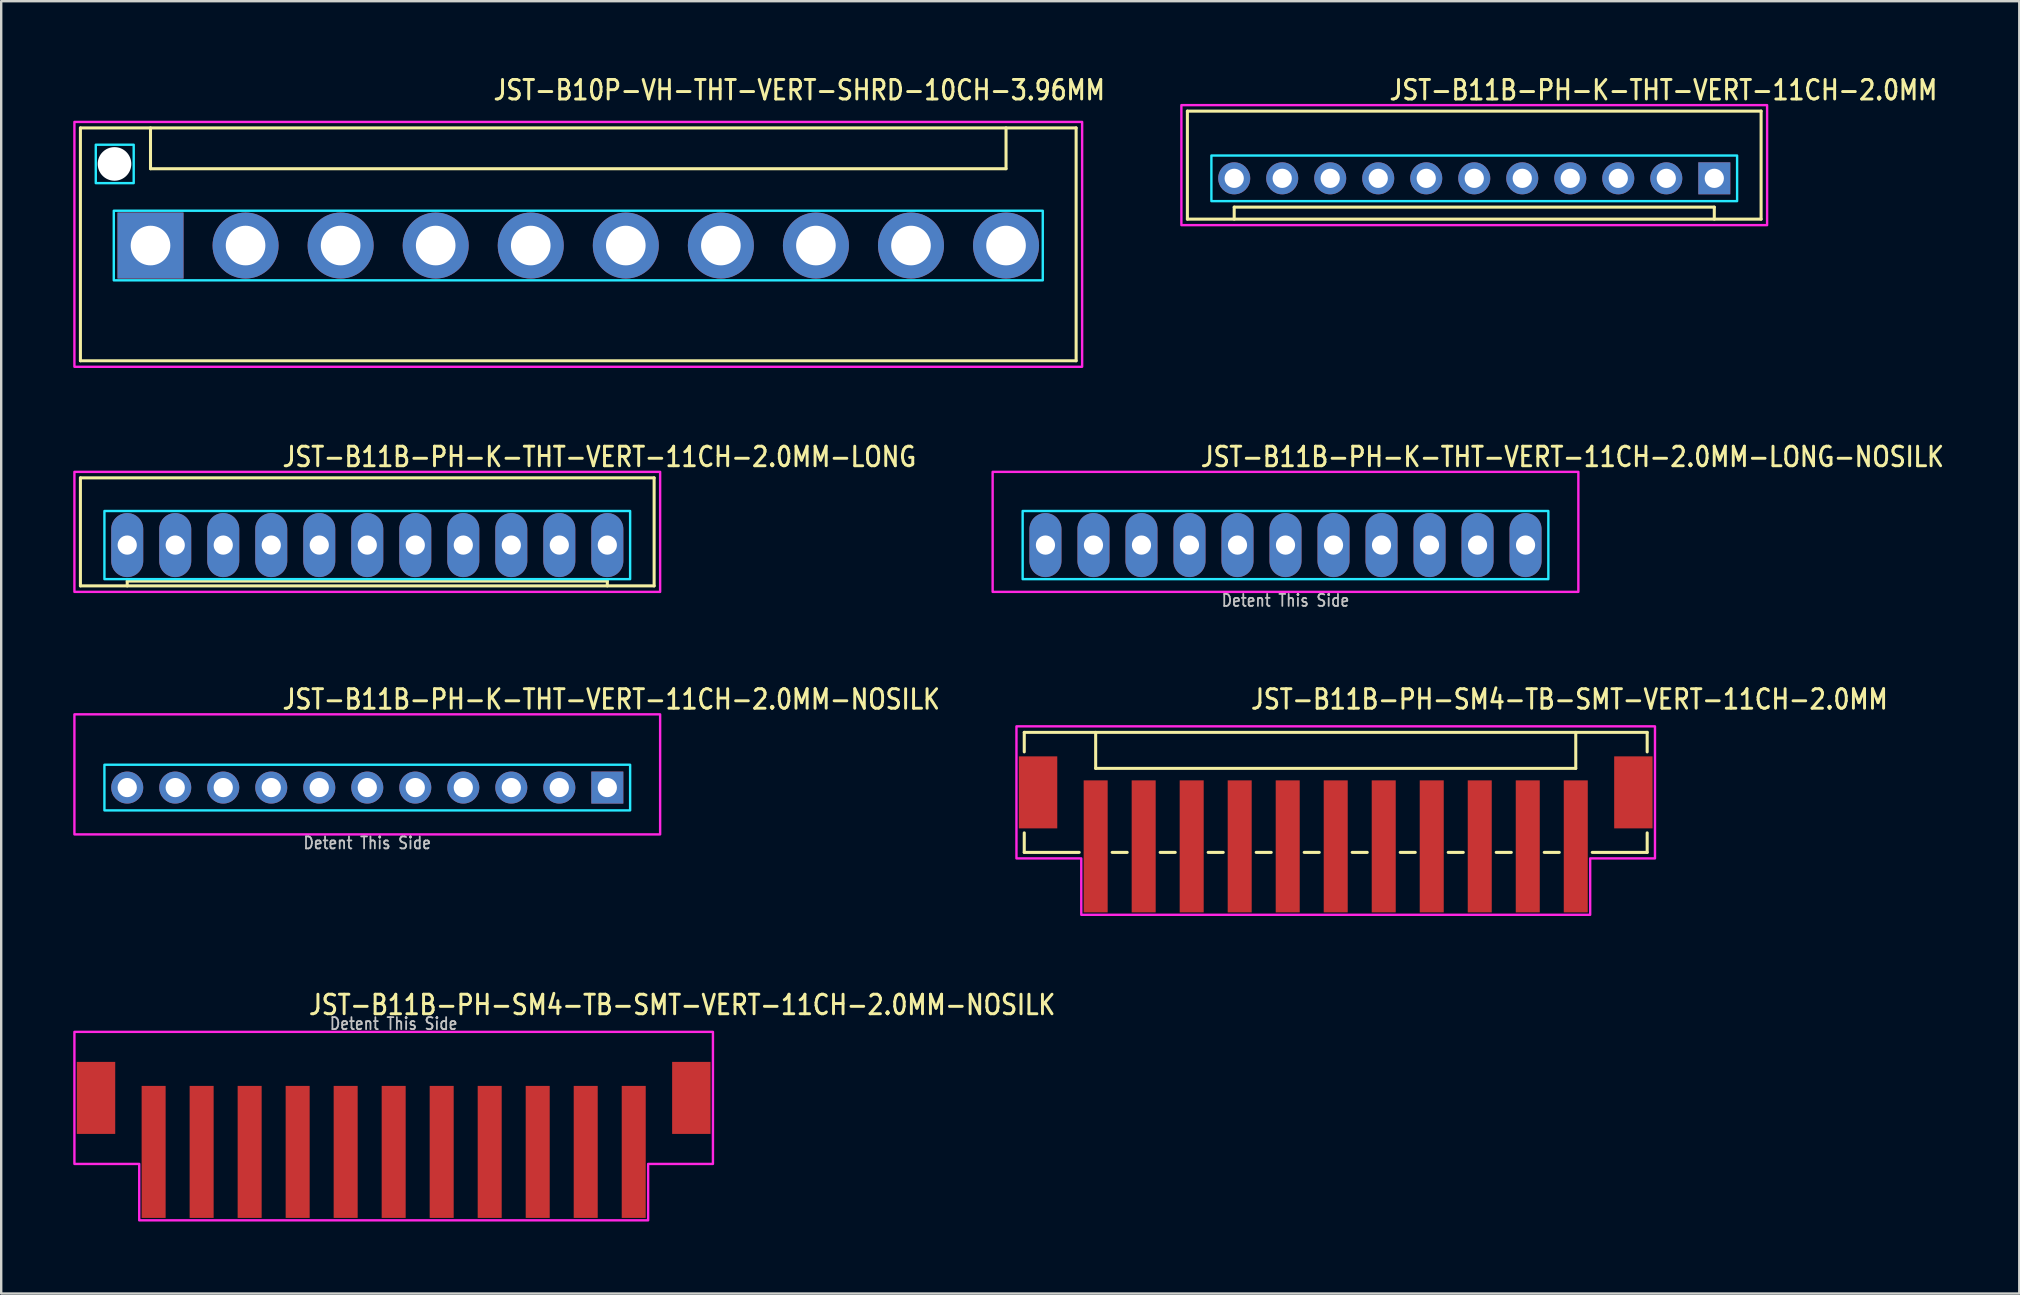
<source format=kicad_pcb>
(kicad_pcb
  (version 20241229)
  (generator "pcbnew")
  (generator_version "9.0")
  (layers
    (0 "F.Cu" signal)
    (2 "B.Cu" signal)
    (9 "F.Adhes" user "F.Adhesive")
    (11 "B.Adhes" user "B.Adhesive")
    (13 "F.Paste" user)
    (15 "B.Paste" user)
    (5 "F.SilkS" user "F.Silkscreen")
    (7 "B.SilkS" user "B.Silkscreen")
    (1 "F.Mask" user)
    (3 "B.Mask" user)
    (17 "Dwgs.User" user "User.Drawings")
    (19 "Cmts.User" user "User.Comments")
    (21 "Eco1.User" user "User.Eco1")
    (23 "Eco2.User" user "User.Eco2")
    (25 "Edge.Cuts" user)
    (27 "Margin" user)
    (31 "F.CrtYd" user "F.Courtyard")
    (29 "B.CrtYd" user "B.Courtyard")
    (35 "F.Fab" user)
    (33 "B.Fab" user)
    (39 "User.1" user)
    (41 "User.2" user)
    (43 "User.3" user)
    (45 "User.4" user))
  (footprint "JST-B10P-VH-THT-VERT-SHRD-10CH-3.96MM"
    (layer "F.Cu")
    (at 21.04 7.179)
    (property "Reference" "JST-B10P-VH-THT-VERT-SHRD-10CH-3.96MM" (at -3.6 -6 0) (unlocked yes) (layer "F.SilkS") (effects (font (size 0.813 0.695) (thickness 0.122)) (justify left bottom)))
    (fp_line (start -20.74 -4.9) (end 20.74 -4.9) (stroke (width 0.127) (type solid)) (layer "F.SilkS"))
    (fp_line (start -20.74 4.8) (end -20.74 -4.9) (stroke (width 0.127) (type solid)) (layer "F.SilkS"))
    (fp_line (start -20.74 4.8) (end 20.74 4.8) (stroke (width 0.127) (type solid)) (layer "F.SilkS"))
    (fp_line (start -17.82 -4.9) (end -17.82 -3.2) (stroke (width 0.127) (type solid)) (layer "F.SilkS"))
    (fp_line (start -17.82 -3.2) (end 17.82 -3.2) (stroke (width 0.127) (type solid)) (layer "F.SilkS"))
    (fp_line (start 17.82 -4.9) (end 17.82 -3.2) (stroke (width 0.127) (type solid)) (layer "F.SilkS"))
    (fp_line (start 20.74 -4.9) (end 20.74 4.8) (stroke (width 0.127) (type solid)) (layer "F.SilkS"))
    (fp_poly (pts (xy -19.35 -1.45) (xy -19.35 1.45) (xy 19.35 1.45) (xy 19.35 -1.45)) (stroke (width 0.1) (type solid)) (fill no) (layer "B.CrtYd"))
    (fp_poly (pts (xy -18.52 -4.2) (xy -18.52 -2.6) (xy -20.1 -2.6) (xy -20.1 -4.2)) (stroke (width 0.1) (type solid)) (fill no) (layer "B.CrtYd"))
    (fp_poly (pts (xy -20.99 -5.15) (xy -20.99 5.05) (xy 20.99 5.05) (xy 20.99 -5.15)) (stroke (width 0.1) (type solid)) (fill no) (layer "F.CrtYd"))
    (pad "" np_thru_hole circle (at -19.32 -3.4) (size 1.4 1.4) (drill 1.4) (layers "*.Cu" "*.Mask"))
    (pad "1" thru_hole rect (at -17.82 0) (size 2.75 2.75) (drill 1.65) (layers "*.Cu" "*.Mask"))
    (pad "2" thru_hole oval (at -13.86 0) (size 2.75 2.75) (drill 1.65) (layers "*.Cu" "*.Mask"))
    (pad "3" thru_hole oval (at -9.9 0) (size 2.75 2.75) (drill 1.65) (layers "*.Cu" "*.Mask"))
    (pad "4" thru_hole oval (at -5.94 0) (size 2.75 2.75) (drill 1.65) (layers "*.Cu" "*.Mask"))
    (pad "5" thru_hole oval (at -1.98 0) (size 2.75 2.75) (drill 1.65) (layers "*.Cu" "*.Mask"))
    (pad "6" thru_hole oval (at 1.98 0) (size 2.75 2.75) (drill 1.65) (layers "*.Cu" "*.Mask"))
    (pad "7" thru_hole oval (at 5.94 0) (size 2.75 2.75) (drill 1.65) (layers "*.Cu" "*.Mask"))
    (pad "8" thru_hole oval (at 9.9 0) (size 2.75 2.75) (drill 1.65) (layers "*.Cu" "*.Mask"))
    (pad "9" thru_hole oval (at 13.86 0) (size 2.75 2.75) (drill 1.65) (layers "*.Cu" "*.Mask"))
    (pad "10" thru_hole oval (at 17.82 0) (size 2.75 2.75) (drill 1.65) (layers "*.Cu" "*.Mask")))
  (footprint "JST-B11B-PH-K-THT-VERT-11CH-2.0MM-LONG-NOSILK"
    (layer "F.Cu")
    (at 50.502 19.657)
    (property "Reference" "JST-B11B-PH-K-THT-VERT-11CH-2.0MM-LONG-NOSILK" (at -3.6 -3.2 0) (unlocked yes) (layer "F.SilkS") (effects (font (size 0.813 0.695) (thickness 0.122)) (justify left bottom)))
    (fp_poly (pts (xy -10.95 -1.42) (xy -10.95 1.42) (xy 10.95 1.42) (xy 10.95 -1.42)) (stroke (width 0.1) (type solid)) (fill no) (layer "B.CrtYd"))
    (fp_poly (pts (xy -12.2 1.95) (xy -12.2 -3.05) (xy 12.2 -3.05) (xy 12.2 1.95)) (stroke (width 0.1) (type solid)) (fill no) (layer "F.CrtYd"))
    (fp_text user "Detent This Side" (at 0 2.6 0) (unlocked yes) (layer "Dwgs.User") (effects (font (size 0.5 0.427) (thickness 0.075)) (justify bottom)))
    (pad "1" thru_hole oval (at 10 0 90) (size 2.667 1.333) (drill 0.8) (layers "*.Cu" "*.Mask"))
    (pad "2" thru_hole oval (at 8 0 90) (size 2.667 1.333) (drill 0.8) (layers "*.Cu" "*.Mask"))
    (pad "3" thru_hole oval (at 6 0 90) (size 2.667 1.333) (drill 0.8) (layers "*.Cu" "*.Mask"))
    (pad "4" thru_hole oval (at 4 0 90) (size 2.667 1.333) (drill 0.8) (layers "*.Cu" "*.Mask"))
    (pad "5" thru_hole oval (at 2 0 90) (size 2.667 1.333) (drill 0.8) (layers "*.Cu" "*.Mask"))
    (pad "6" thru_hole oval (at 0 0 90) (size 2.667 1.333) (drill 0.8) (layers "*.Cu" "*.Mask"))
    (pad "7" thru_hole oval (at -2 0 90) (size 2.667 1.333) (drill 0.8) (layers "*.Cu" "*.Mask"))
    (pad "8" thru_hole oval (at -4 0 90) (size 2.667 1.333) (drill 0.8) (layers "*.Cu" "*.Mask"))
    (pad "9" thru_hole oval (at -6 0 90) (size 2.667 1.333) (drill 0.8) (layers "*.Cu" "*.Mask"))
    (pad "10" thru_hole oval (at -8 0 90) (size 2.667 1.333) (drill 0.8) (layers "*.Cu" "*.Mask"))
    (pad "11" thru_hole oval (at -10 0 90) (size 2.667 1.333) (drill 0.8) (layers "*.Cu" "*.Mask")))
  (footprint "JST-B11B-PH-K-THT-VERT-11CH-2.0MM"
    (layer "F.Cu")
    (at 58.365 4.379)
    (property "Reference" "JST-B11B-PH-K-THT-VERT-11CH-2.0MM" (at -3.6 -3.2 0) (unlocked yes) (layer "F.SilkS") (effects (font (size 0.813 0.695) (thickness 0.122)) (justify left bottom)))
    (fp_line (start -11.95 -2.8) (end -11.95 1.7) (stroke (width 0.127) (type solid)) (layer "F.SilkS"))
    (fp_line (start -11.95 -2.8) (end 11.95 -2.8) (stroke (width 0.127) (type solid)) (layer "F.SilkS"))
    (fp_line (start -11.95 1.7) (end 11.95 1.7) (stroke (width 0.127) (type solid)) (layer "F.SilkS"))
    (fp_line (start -10 1.7) (end -10 1.2) (stroke (width 0.127) (type solid)) (layer "F.SilkS"))
    (fp_line (start 10 1.2) (end -10 1.2) (stroke (width 0.127) (type solid)) (layer "F.SilkS"))
    (fp_line (start 10 1.7) (end 10 1.2) (stroke (width 0.127) (type solid)) (layer "F.SilkS"))
    (fp_line (start 11.95 1.7) (end 11.95 -2.8) (stroke (width 0.127) (type solid)) (layer "F.SilkS"))
    (fp_poly (pts (xy -10.95 -0.95) (xy -10.95 0.95) (xy 10.95 0.95) (xy 10.95 -0.95)) (stroke (width 0.1) (type solid)) (fill no) (layer "B.CrtYd"))
    (fp_poly (pts (xy -12.2 1.95) (xy -12.2 -3.05) (xy 12.2 -3.05) (xy 12.2 1.95)) (stroke (width 0.1) (type solid)) (fill no) (layer "F.CrtYd"))
    (pad "1" thru_hole rect (at 10 0) (size 1.333 1.333) (drill 0.8) (layers "*.Cu" "*.Mask"))
    (pad "2" thru_hole oval (at 8 0) (size 1.333 1.333) (drill 0.8) (layers "*.Cu" "*.Mask"))
    (pad "3" thru_hole oval (at 6 0) (size 1.333 1.333) (drill 0.8) (layers "*.Cu" "*.Mask"))
    (pad "4" thru_hole oval (at 4 0) (size 1.333 1.333) (drill 0.8) (layers "*.Cu" "*.Mask"))
    (pad "5" thru_hole oval (at 2 0) (size 1.333 1.333) (drill 0.8) (layers "*.Cu" "*.Mask"))
    (pad "6" thru_hole oval (at 0 0) (size 1.333 1.333) (drill 0.8) (layers "*.Cu" "*.Mask"))
    (pad "7" thru_hole oval (at -2 0) (size 1.333 1.333) (drill 0.8) (layers "*.Cu" "*.Mask"))
    (pad "8" thru_hole oval (at -4 0) (size 1.333 1.333) (drill 0.8) (layers "*.Cu" "*.Mask"))
    (pad "9" thru_hole oval (at -6 0) (size 1.333 1.333) (drill 0.8) (layers "*.Cu" "*.Mask"))
    (pad "10" thru_hole oval (at -8 0) (size 1.333 1.333) (drill 0.8) (layers "*.Cu" "*.Mask"))
    (pad "11" thru_hole oval (at -10 0) (size 1.333 1.333) (drill 0.8) (layers "*.Cu" "*.Mask")))
  (footprint "JST-B11B-PH-K-THT-VERT-11CH-2.0MM-NOSILK"
    (layer "F.Cu")
    (at 12.25 29.759)
    (property "Reference" "JST-B11B-PH-K-THT-VERT-11CH-2.0MM-NOSILK" (at -3.6 -3.2 0) (unlocked yes) (layer "F.SilkS") (effects (font (size 0.813 0.695) (thickness 0.122)) (justify left bottom)))
    (fp_poly (pts (xy -10.95 -0.95) (xy -10.95 0.95) (xy 10.95 0.95) (xy 10.95 -0.95)) (stroke (width 0.1) (type solid)) (fill no) (layer "B.CrtYd"))
    (fp_poly (pts (xy -12.2 1.95) (xy -12.2 -3.05) (xy 12.2 -3.05) (xy 12.2 1.95)) (stroke (width 0.1) (type solid)) (fill no) (layer "F.CrtYd"))
    (fp_text user "Detent This Side" (at 0 2.6 0) (unlocked yes) (layer "Dwgs.User") (effects (font (size 0.5 0.427) (thickness 0.075)) (justify bottom)))
    (pad "1" thru_hole rect (at 10 0) (size 1.333 1.333) (drill 0.8) (layers "*.Cu" "*.Mask"))
    (pad "2" thru_hole oval (at 8 0) (size 1.333 1.333) (drill 0.8) (layers "*.Cu" "*.Mask"))
    (pad "3" thru_hole oval (at 6 0) (size 1.333 1.333) (drill 0.8) (layers "*.Cu" "*.Mask"))
    (pad "4" thru_hole oval (at 4 0) (size 1.333 1.333) (drill 0.8) (layers "*.Cu" "*.Mask"))
    (pad "5" thru_hole oval (at 2 0) (size 1.333 1.333) (drill 0.8) (layers "*.Cu" "*.Mask"))
    (pad "6" thru_hole oval (at 0 0) (size 1.333 1.333) (drill 0.8) (layers "*.Cu" "*.Mask"))
    (pad "7" thru_hole oval (at -2 0) (size 1.333 1.333) (drill 0.8) (layers "*.Cu" "*.Mask"))
    (pad "8" thru_hole oval (at -4 0) (size 1.333 1.333) (drill 0.8) (layers "*.Cu" "*.Mask"))
    (pad "9" thru_hole oval (at -6 0) (size 1.333 1.333) (drill 0.8) (layers "*.Cu" "*.Mask"))
    (pad "10" thru_hole oval (at -8 0) (size 1.333 1.333) (drill 0.8) (layers "*.Cu" "*.Mask"))
    (pad "11" thru_hole oval (at -10 0) (size 1.333 1.333) (drill 0.8) (layers "*.Cu" "*.Mask")))
  (footprint "JST-B11B-PH-K-THT-VERT-11CH-2.0MM-LONG"
    (layer "F.Cu")
    (at 12.25 19.657)
    (property "Reference" "JST-B11B-PH-K-THT-VERT-11CH-2.0MM-LONG" (at -3.6 -3.2 0) (unlocked yes) (layer "F.SilkS") (effects (font (size 0.813 0.695) (thickness 0.122)) (justify left bottom)))
    (fp_line (start -11.95 -2.8) (end -11.95 1.7) (stroke (width 0.127) (type solid)) (layer "F.SilkS"))
    (fp_line (start -11.95 -2.8) (end 11.95 -2.8) (stroke (width 0.127) (type solid)) (layer "F.SilkS"))
    (fp_line (start -11.95 1.7) (end 11.95 1.7) (stroke (width 0.127) (type solid)) (layer "F.SilkS"))
    (fp_line (start -10 1.7) (end -10 1.5) (stroke (width 0.127) (type solid)) (layer "F.SilkS"))
    (fp_line (start 10 1.5) (end -10 1.5) (stroke (width 0.127) (type solid)) (layer "F.SilkS"))
    (fp_line (start 10 1.7) (end 10 1.5) (stroke (width 0.127) (type solid)) (layer "F.SilkS"))
    (fp_line (start 11.95 1.7) (end 11.95 -2.8) (stroke (width 0.127) (type solid)) (layer "F.SilkS"))
    (fp_poly (pts (xy -10.95 -1.42) (xy -10.95 1.42) (xy 10.95 1.42) (xy 10.95 -1.42)) (stroke (width 0.1) (type solid)) (fill no) (layer "B.CrtYd"))
    (fp_poly (pts (xy -12.2 1.95) (xy -12.2 -3.05) (xy 12.2 -3.05) (xy 12.2 1.95)) (stroke (width 0.1) (type solid)) (fill no) (layer "F.CrtYd"))
    (pad "1" thru_hole oval (at 10 0 90) (size 2.667 1.333) (drill 0.8) (layers "*.Cu" "*.Mask"))
    (pad "2" thru_hole oval (at 8 0 90) (size 2.667 1.333) (drill 0.8) (layers "*.Cu" "*.Mask"))
    (pad "3" thru_hole oval (at 6 0 90) (size 2.667 1.333) (drill 0.8) (layers "*.Cu" "*.Mask"))
    (pad "4" thru_hole oval (at 4 0 90) (size 2.667 1.333) (drill 0.8) (layers "*.Cu" "*.Mask"))
    (pad "5" thru_hole oval (at 2 0 90) (size 2.667 1.333) (drill 0.8) (layers "*.Cu" "*.Mask"))
    (pad "6" thru_hole oval (at 0 0 90) (size 2.667 1.333) (drill 0.8) (layers "*.Cu" "*.Mask"))
    (pad "7" thru_hole oval (at -2 0 90) (size 2.667 1.333) (drill 0.8) (layers "*.Cu" "*.Mask"))
    (pad "8" thru_hole oval (at -4 0 90) (size 2.667 1.333) (drill 0.8) (layers "*.Cu" "*.Mask"))
    (pad "9" thru_hole oval (at -6 0 90) (size 2.667 1.333) (drill 0.8) (layers "*.Cu" "*.Mask"))
    (pad "10" thru_hole oval (at -8 0 90) (size 2.667 1.333) (drill 0.8) (layers "*.Cu" "*.Mask"))
    (pad "11" thru_hole oval (at -10 0 90) (size 2.667 1.333) (drill 0.8) (layers "*.Cu" "*.Mask")))
  (footprint "JST-B11B-PH-SM4-TB-SMT-VERT-11CH-2.0MM-NOSILK"
    (layer "F.Cu")
    (at 13.35 42.687)
    (property "Reference" "JST-B11B-PH-SM4-TB-SMT-VERT-11CH-2.0MM-NOSILK" (at -3.6 -3.4 0) (unlocked yes) (layer "F.SilkS") (effects (font (size 0.813 0.695) (thickness 0.122)) (justify left bottom)))
    (fp_poly (pts (xy -13.3 -2.75) (xy -13.3 2.75) (xy -10.6 2.75) (xy -10.6 5.1) (xy 10.6 5.1) (xy 10.6 2.75) (xy 13.3 2.75) (xy 13.3 -2.75)) (stroke (width 0.1) (type solid)) (fill no) (layer "F.CrtYd"))
    (fp_text user "Detent This Side" (at 0 -2.8 0) (unlocked yes) (layer "Dwgs.User") (effects (font (size 0.5 0.427) (thickness 0.075)) (justify bottom)))
    (pad "1" smd rect (at -10 2.25) (size 1 5.5) (layers "F.Cu" "F.Mask" "F.Paste"))
    (pad "2" smd rect (at -8 2.25) (size 1 5.5) (layers "F.Cu" "F.Mask" "F.Paste"))
    (pad "3" smd rect (at -6 2.25) (size 1 5.5) (layers "F.Cu" "F.Mask" "F.Paste"))
    (pad "4" smd rect (at -4 2.25) (size 1 5.5) (layers "F.Cu" "F.Mask" "F.Paste"))
    (pad "5" smd rect (at -2 2.25) (size 1 5.5) (layers "F.Cu" "F.Mask" "F.Paste"))
    (pad "6" smd rect (at 0 2.25) (size 1 5.5) (layers "F.Cu" "F.Mask" "F.Paste"))
    (pad "7" smd rect (at 2 2.25) (size 1 5.5) (layers "F.Cu" "F.Mask" "F.Paste"))
    (pad "8" smd rect (at 4 2.25) (size 1 5.5) (layers "F.Cu" "F.Mask" "F.Paste"))
    (pad "9" smd rect (at 6 2.25) (size 1 5.5) (layers "F.Cu" "F.Mask" "F.Paste"))
    (pad "10" smd rect (at 8 2.25) (size 1 5.5) (layers "F.Cu" "F.Mask" "F.Paste"))
    (pad "11" smd rect (at 10 2.25) (size 1 5.5) (layers "F.Cu" "F.Mask" "F.Paste"))
    (pad "S_1" smd rect (at -12.4 0) (size 1.6 3) (layers "F.Cu" "F.Mask" "F.Paste"))
    (pad "S_2" smd rect (at 12.4 0) (size 1.6 3) (layers "F.Cu" "F.Mask" "F.Paste")))
  (footprint "JST-B11B-PH-SM4-TB-SMT-VERT-11CH-2.0MM"
    (layer "F.Cu")
    (at 52.594 29.959)
    (property "Reference" "JST-B11B-PH-SM4-TB-SMT-VERT-11CH-2.0MM" (at -3.6 -3.4 0) (unlocked yes) (layer "F.SilkS") (effects (font (size 0.813 0.695) (thickness 0.122)) (justify left bottom)))
    (fp_line (start -12.975 -2.5) (end -12.975 -1.687) (stroke (width 0.127) (type solid)) (layer "F.SilkS"))
    (fp_line (start -12.975 -2.5) (end 12.975 -2.5) (stroke (width 0.127) (type solid)) (layer "F.SilkS"))
    (fp_line (start -12.975 2.5) (end -12.975 1.687) (stroke (width 0.127) (type solid)) (layer "F.SilkS"))
    (fp_line (start -12.975 2.5) (end -10.687 2.5) (stroke (width 0.127) (type solid)) (layer "F.SilkS"))
    (fp_line (start -10 -2.5) (end -10 -1) (stroke (width 0.127) (type solid)) (layer "F.SilkS"))
    (fp_line (start -10 -1) (end 10 -1) (stroke (width 0.127) (type solid)) (layer "F.SilkS"))
    (fp_line (start -9.313 2.5) (end -8.687 2.5) (stroke (width 0.127) (type solid)) (layer "F.SilkS"))
    (fp_line (start -7.314 2.5) (end -6.686 2.5) (stroke (width 0.127) (type solid)) (layer "F.SilkS"))
    (fp_line (start -5.314 2.5) (end -4.686 2.5) (stroke (width 0.127) (type solid)) (layer "F.SilkS"))
    (fp_line (start -3.313 2.5) (end -2.687 2.5) (stroke (width 0.127) (type solid)) (layer "F.SilkS"))
    (fp_line (start -1.313 2.5) (end -0.686 2.5) (stroke (width 0.127) (type solid)) (layer "F.SilkS"))
    (fp_line (start 0.686 2.5) (end 1.313 2.5) (stroke (width 0.127) (type solid)) (layer "F.SilkS"))
    (fp_line (start 2.687 2.5) (end 3.313 2.5) (stroke (width 0.127) (type solid)) (layer "F.SilkS"))
    (fp_line (start 4.686 2.5) (end 5.314 2.5) (stroke (width 0.127) (type solid)) (layer "F.SilkS"))
    (fp_line (start 6.686 2.5) (end 7.314 2.5) (stroke (width 0.127) (type solid)) (layer "F.SilkS"))
    (fp_line (start 8.687 2.5) (end 9.313 2.5) (stroke (width 0.127) (type solid)) (layer "F.SilkS"))
    (fp_line (start 10 -1) (end 10 -2.5) (stroke (width 0.127) (type solid)) (layer "F.SilkS"))
    (fp_line (start 10.687 2.5) (end 12.975 2.5) (stroke (width 0.127) (type solid)) (layer "F.SilkS"))
    (fp_line (start 12.975 -1.687) (end 12.975 -2.5) (stroke (width 0.127) (type solid)) (layer "F.SilkS"))
    (fp_line (start 12.975 1.687) (end 12.975 2.5) (stroke (width 0.127) (type solid)) (layer "F.SilkS"))
    (fp_poly (pts (xy -13.3 -2.75) (xy -13.3 2.75) (xy -10.6 2.75) (xy -10.6 5.1) (xy 10.6 5.1) (xy 10.6 2.75) (xy 13.3 2.75) (xy 13.3 -2.75)) (stroke (width 0.1) (type solid)) (fill no) (layer "F.CrtYd"))
    (pad "1" smd rect (at -10 2.25) (size 1 5.5) (layers "F.Cu" "F.Mask" "F.Paste"))
    (pad "2" smd rect (at -8 2.25) (size 1 5.5) (layers "F.Cu" "F.Mask" "F.Paste"))
    (pad "3" smd rect (at -6 2.25) (size 1 5.5) (layers "F.Cu" "F.Mask" "F.Paste"))
    (pad "4" smd rect (at -4 2.25) (size 1 5.5) (layers "F.Cu" "F.Mask" "F.Paste"))
    (pad "5" smd rect (at -2 2.25) (size 1 5.5) (layers "F.Cu" "F.Mask" "F.Paste"))
    (pad "6" smd rect (at 0 2.25) (size 1 5.5) (layers "F.Cu" "F.Mask" "F.Paste"))
    (pad "7" smd rect (at 2 2.25) (size 1 5.5) (layers "F.Cu" "F.Mask" "F.Paste"))
    (pad "8" smd rect (at 4 2.25) (size 1 5.5) (layers "F.Cu" "F.Mask" "F.Paste"))
    (pad "9" smd rect (at 6 2.25) (size 1 5.5) (layers "F.Cu" "F.Mask" "F.Paste"))
    (pad "10" smd rect (at 8 2.25) (size 1 5.5) (layers "F.Cu" "F.Mask" "F.Paste"))
    (pad "11" smd rect (at 10 2.25) (size 1 5.5) (layers "F.Cu" "F.Mask" "F.Paste"))
    (pad "S_1" smd rect (at -12.4 0) (size 1.6 3) (layers "F.Cu" "F.Mask" "F.Paste"))
    (pad "S_2" smd rect (at 12.4 0) (size 1.6 3) (layers "F.Cu" "F.Mask" "F.Paste")))
  (gr_rect
    (start -3 -3)
    (end 81.07 50.837)
    (stroke (width 0.1) (type default))
    (fill no)
    (layer "Edge.Cuts")))
</source>
